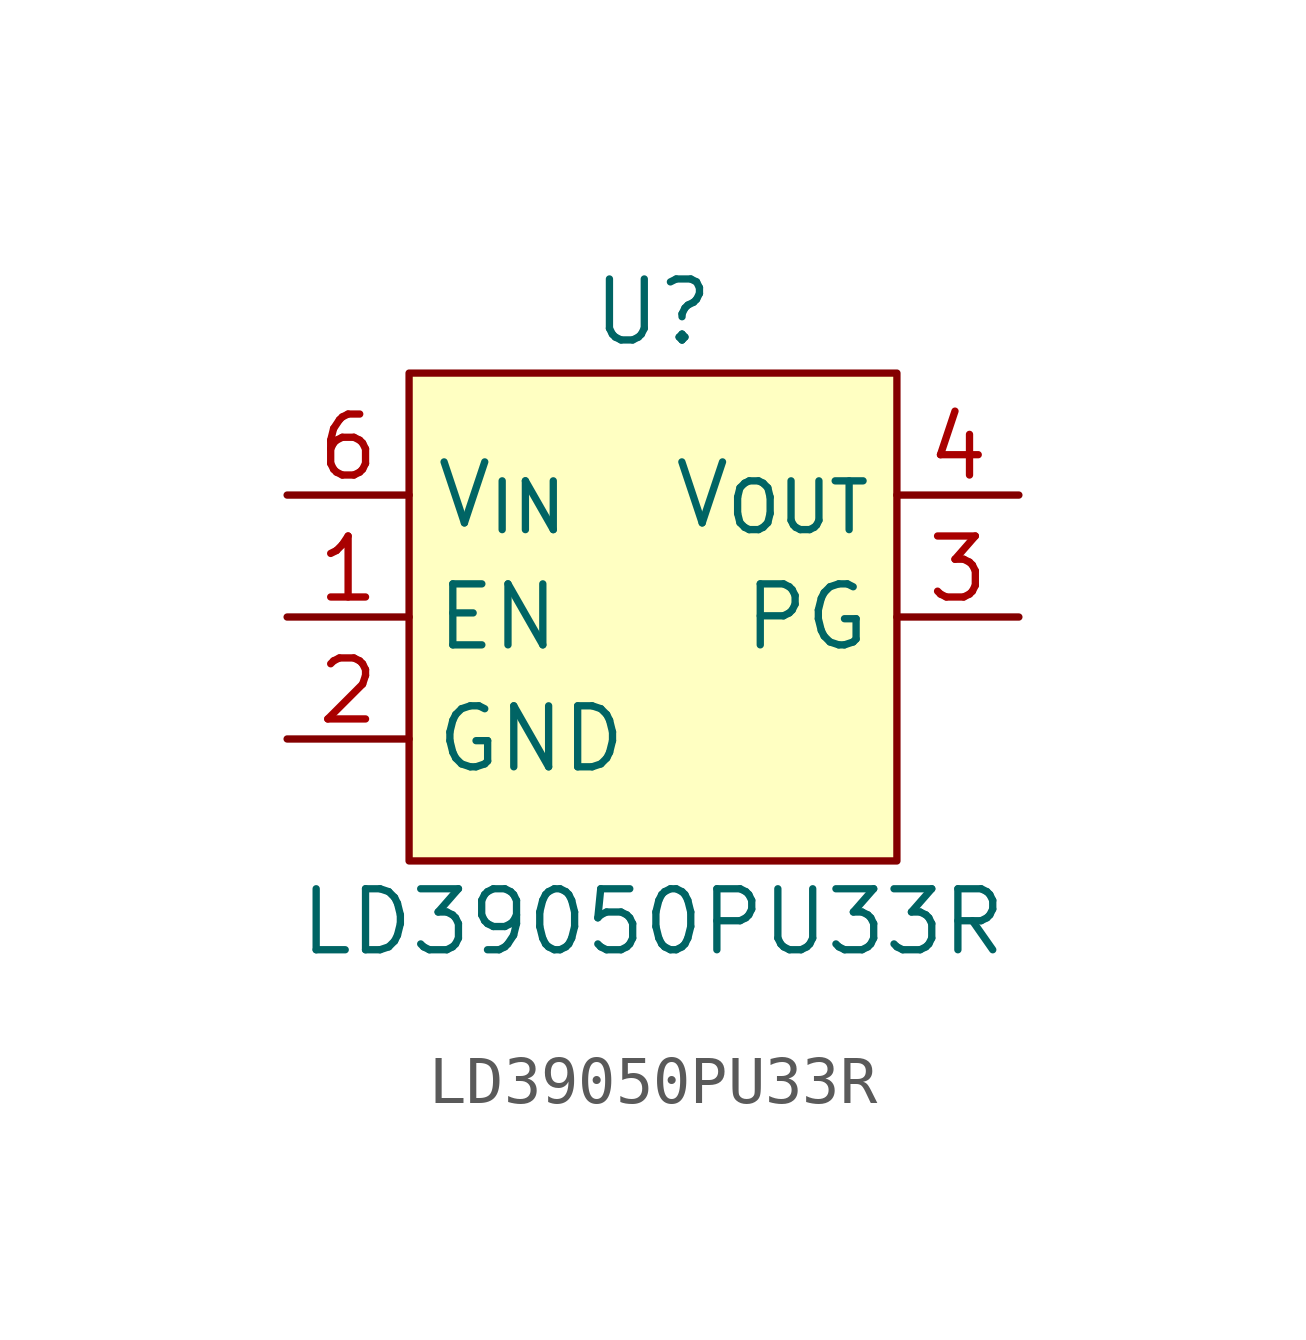
<source format=kicad_sym>
(kicad_symbol_lib
  (version 20220914)
  (generator kicad_symbol_editor)
  (symbol "LD39050PU33R"
    (property "Reference" "U"
      (at 0 3.81 0)
      (effects (font (size 1.27 1.27))))
    (property "Value" "LD39050PU33R"
      (at 0 -8.89 0)
      (effects (font (size 1.27 1.27))))
    (symbol "LD39050PU33R_0_0"
      (pin input line (at -7.62 -2.54 0) (length 2.54) (name "EN" (effects (font (size 1.27 1.27)))) (number "1" (effects (font (size 1.27 1.27)))))
      (pin power_in line (at -7.62 -5.08 0) (length 2.54) (name "GND" (effects (font (size 1.27 1.27)))) (number "2" (effects (font (size 1.27 1.27)))))
      (pin open_collector line (at 7.62 -2.54 180) (length 2.54) (name "PG" (effects (font (size 1.27 1.27)))) (number "3" (effects (font (size 1.27 1.27)))))
      (pin power_out line (at 7.62 0 180) (length 2.54) (name "V_{OUT}" (effects (font (size 1.27 1.27)))) (number "4" (effects (font (size 1.27 1.27)))))
      (pin power_in line (at -7.62 0 0) (length 2.54) (name "V_{IN}" (effects (font (size 1.27 1.27)))) (number "6" (effects (font (size 1.27 1.27)))))
      (pin passive line (at -7.62 -5.08 0) (length 2.54) hide (name "PAD" (effects (font (size 1.27 1.27)))) (number "PAD" (effects (font (size 1.27 1.27))))))
    (symbol "LD39050PU33R_0_1"
      (rectangle (start -5.08 2.54) (end 5.08 -7.62) (stroke (width 0) (type default)) (fill (type background))))))
</source>
